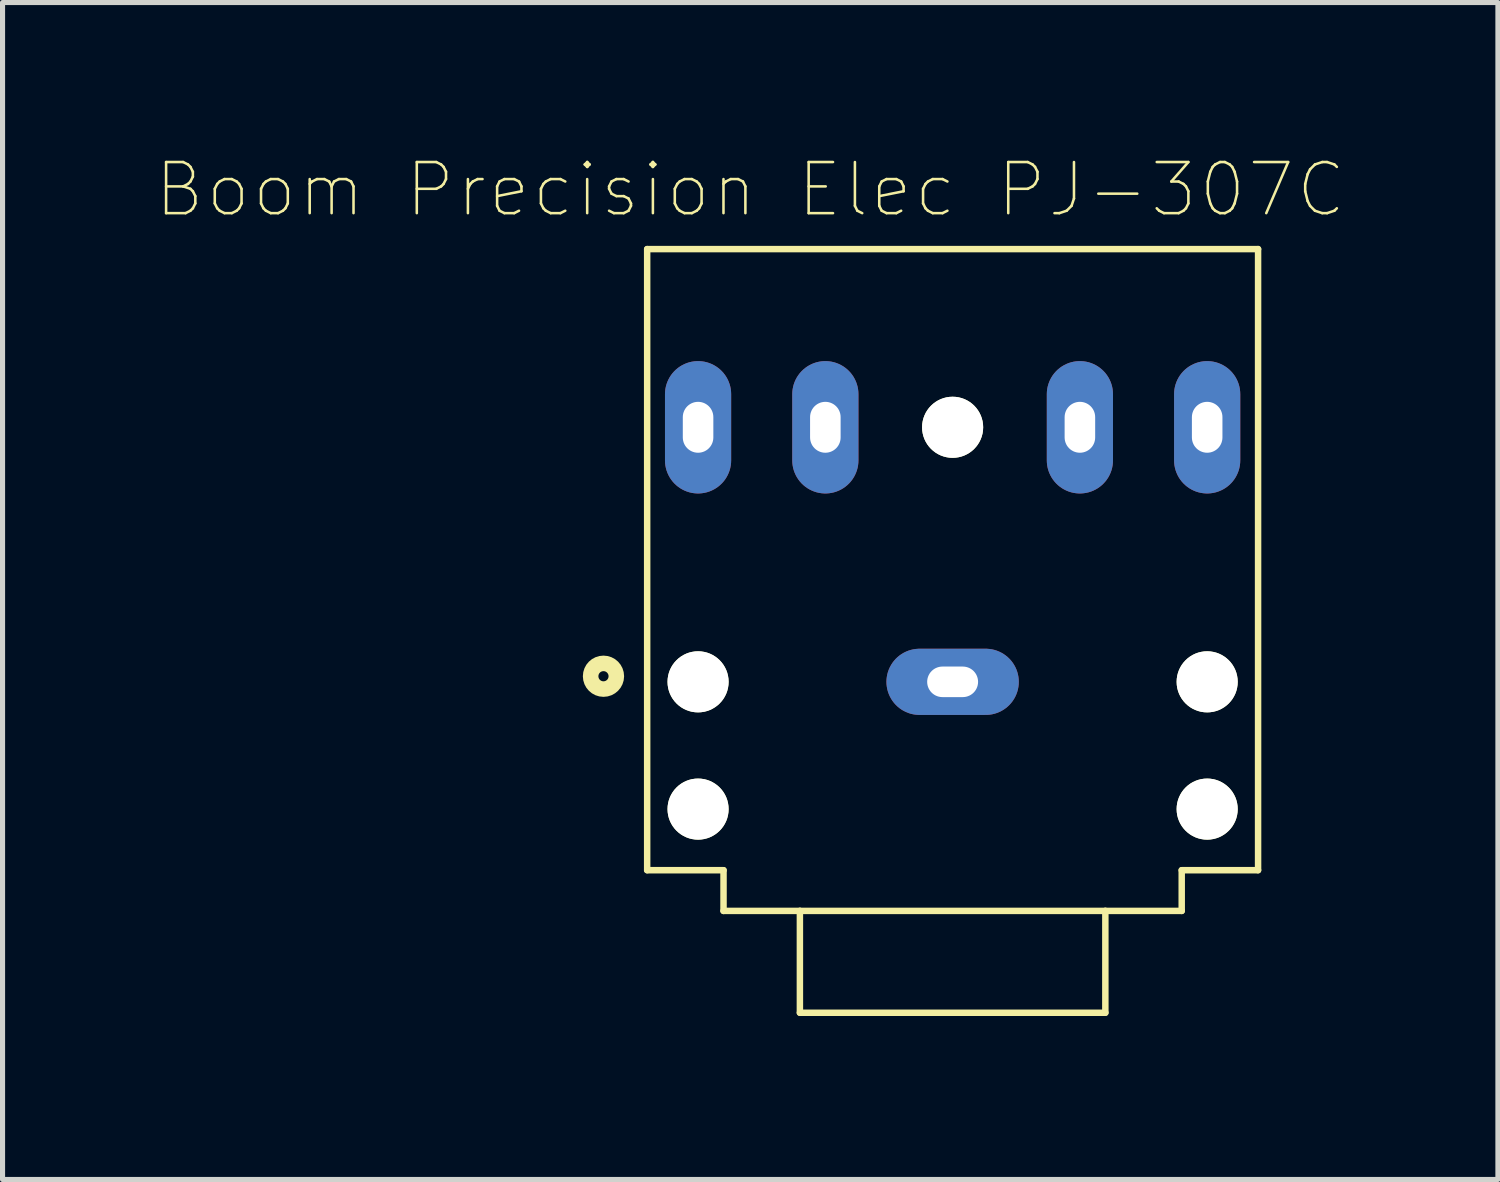
<source format=kicad_pcb>
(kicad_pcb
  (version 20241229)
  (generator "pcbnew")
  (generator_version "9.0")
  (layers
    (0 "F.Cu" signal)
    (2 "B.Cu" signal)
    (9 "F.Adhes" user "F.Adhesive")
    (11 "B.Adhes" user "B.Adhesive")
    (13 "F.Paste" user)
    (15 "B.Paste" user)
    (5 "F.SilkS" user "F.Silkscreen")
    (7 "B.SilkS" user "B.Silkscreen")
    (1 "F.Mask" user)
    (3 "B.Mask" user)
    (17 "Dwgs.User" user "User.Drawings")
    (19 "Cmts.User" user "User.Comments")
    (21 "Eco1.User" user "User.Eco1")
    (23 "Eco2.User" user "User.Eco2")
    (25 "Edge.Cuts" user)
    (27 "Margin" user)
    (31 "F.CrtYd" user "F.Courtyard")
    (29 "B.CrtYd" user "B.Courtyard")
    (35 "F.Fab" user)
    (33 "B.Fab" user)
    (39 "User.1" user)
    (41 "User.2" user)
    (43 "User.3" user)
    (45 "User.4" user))
  (footprint "Boom Precision Elec PJ-307C"
    (layer "F.Cu")
    (at 15.662 9.343)
    (property "Reference" "Boom Precision Elec PJ-307C" (at -3.975 -8.668 0) (layer "F.SilkS") (effects (font (size 1.004 1.004) (thickness 0.05))))
    (attr through_hole)
    (fp_line (start -6 -7.5) (end 6 -7.5) (stroke (width 0.127) (type solid)) (layer "F.SilkS"))
    (fp_line (start -6 4.7) (end -6 -7.5) (stroke (width 0.127) (type solid)) (layer "F.SilkS"))
    (fp_line (start -4.5 4.7) (end -6 4.7) (stroke (width 0.127) (type solid)) (layer "F.SilkS"))
    (fp_line (start -4.5 5.5) (end -4.5 4.7) (stroke (width 0.127) (type solid)) (layer "F.SilkS"))
    (fp_line (start -4.5 5.5) (end -3 5.5) (stroke (width 0.127) (type solid)) (layer "F.SilkS"))
    (fp_line (start -3 5.5) (end 3 5.5) (stroke (width 0.127) (type solid)) (layer "F.SilkS"))
    (fp_line (start -3 7.5) (end -3 5.5) (stroke (width 0.127) (type solid)) (layer "F.SilkS"))
    (fp_line (start -3 7.5) (end 3 7.5) (stroke (width 0.127) (type solid)) (layer "F.SilkS"))
    (fp_line (start 3 5.5) (end 4.5 5.5) (stroke (width 0.127) (type solid)) (layer "F.SilkS"))
    (fp_line (start 3 7.5) (end 3 5.5) (stroke (width 0.127) (type solid)) (layer "F.SilkS"))
    (fp_line (start 4.5 4.7) (end 4.5 5.5) (stroke (width 0.127) (type solid)) (layer "F.SilkS"))
    (fp_line (start 6 -7.5) (end 6 4.7) (stroke (width 0.127) (type solid)) (layer "F.SilkS"))
    (fp_line (start 6 4.7) (end 4.5 4.7) (stroke (width 0.127) (type solid)) (layer "F.SilkS"))
    (fp_circle (center -6.858 0.89) (end -6.758 0.89) (stroke (width 0.305) (type solid)) (fill no) (layer "F.SilkS"))
    (fp_line (start -6.25 -7.75) (end 6.25 -7.75) (stroke (width 0.05) (type solid)) (layer "Eco1.User"))
    (fp_line (start -6.25 5.75) (end -6.25 -7.75) (stroke (width 0.05) (type solid)) (layer "Eco1.User"))
    (fp_line (start -3.25 5.75) (end -6.25 5.75) (stroke (width 0.05) (type solid)) (layer "Eco1.User"))
    (fp_line (start -3.25 7.75) (end -3.25 5.75) (stroke (width 0.05) (type solid)) (layer "Eco1.User"))
    (fp_line (start 3.25 5.75) (end 3.25 7.75) (stroke (width 0.05) (type solid)) (layer "Eco1.User"))
    (fp_line (start 3.25 7.75) (end -3.25 7.75) (stroke (width 0.05) (type solid)) (layer "Eco1.User"))
    (fp_line (start 6.25 -7.75) (end 6.25 5.75) (stroke (width 0.05) (type solid)) (layer "Eco1.User"))
    (fp_line (start 6.25 5.75) (end 3.25 5.75) (stroke (width 0.05) (type solid)) (layer "Eco1.User"))
    (fp_line (start -6 -7.5) (end 6 -7.5) (stroke (width 0.127) (type solid)) (layer "Eco2.User"))
    (fp_line (start -6 4.7) (end -6 -7.5) (stroke (width 0.127) (type solid)) (layer "Eco2.User"))
    (fp_line (start -4.5 4.7) (end -6 4.7) (stroke (width 0.127) (type solid)) (layer "Eco2.User"))
    (fp_line (start -4.5 5.5) (end -4.5 4.7) (stroke (width 0.127) (type solid)) (layer "Eco2.User"))
    (fp_line (start -4.5 5.5) (end -3 5.5) (stroke (width 0.127) (type solid)) (layer "Eco2.User"))
    (fp_line (start -3 5.5) (end 3 5.5) (stroke (width 0.127) (type solid)) (layer "Eco2.User"))
    (fp_line (start -3 7.5) (end -3 5.5) (stroke (width 0.127) (type solid)) (layer "Eco2.User"))
    (fp_line (start -3 7.5) (end 3 7.5) (stroke (width 0.127) (type solid)) (layer "Eco2.User"))
    (fp_line (start 3 5.5) (end 4.5 5.5) (stroke (width 0.127) (type solid)) (layer "Eco2.User"))
    (fp_line (start 3 7.5) (end 3 5.5) (stroke (width 0.127) (type solid)) (layer "Eco2.User"))
    (fp_line (start 4.5 4.7) (end 4.5 5.5) (stroke (width 0.127) (type solid)) (layer "Eco2.User"))
    (fp_line (start 6 -7.5) (end 6 4.7) (stroke (width 0.127) (type solid)) (layer "Eco2.User"))
    (fp_line (start 6 4.7) (end 4.5 4.7) (stroke (width 0.127) (type solid)) (layer "Eco2.User"))
    (fp_circle (center -6.858 0.89) (end -6.758 0.89) (stroke (width 0.305) (type solid)) (fill no) (layer "Eco2.User"))
    (pad "" np_thru_hole circle (at -5 1) (size 1.2 1.2) (drill 1.2) (layers "*.Cu" "*.Mask" "F.SilkS"))
    (pad "" np_thru_hole circle (at -5 3.5) (size 1.2 1.2) (drill 1.2) (layers "*.Cu" "*.Mask" "F.SilkS"))
    (pad "" np_thru_hole circle (at 0 -4) (size 1.2 1.2) (drill 1.2) (layers "*.Cu" "*.Mask" "F.SilkS"))
    (pad "" np_thru_hole circle (at 5 1) (size 1.2 1.2) (drill 1.2) (layers "*.Cu" "*.Mask" "F.SilkS"))
    (pad "" np_thru_hole circle (at 5 3.5) (size 1.2 1.2) (drill 1.2) (layers "*.Cu" "*.Mask" "F.SilkS"))
    (pad "1" thru_hole oval (at 0 1 180) (size 2.6 1.3) (drill oval 1 0.6) (layers "*.Cu" "*.Mask"))
    (pad "2" thru_hole oval (at -5 -4 90) (size 2.6 1.3) (drill oval 1 0.6) (layers "*.Cu" "*.Mask"))
    (pad "3" thru_hole oval (at -2.5 -4 90) (size 2.6 1.3) (drill oval 1 0.6) (layers "*.Cu" "*.Mask"))
    (pad "4" thru_hole oval (at 2.5 -4 90) (size 2.6 1.3) (drill oval 1 0.6) (layers "*.Cu" "*.Mask"))
    (pad "5" thru_hole oval (at 5 -4 90) (size 2.6 1.3) (drill oval 1 0.6) (layers "*.Cu" "*.Mask")))
  (gr_rect
    (start -3 -3)
    (end 26.373 20.118)
    (stroke (width 0.1) (type default))
    (fill no)
    (layer "Edge.Cuts")))
</source>
